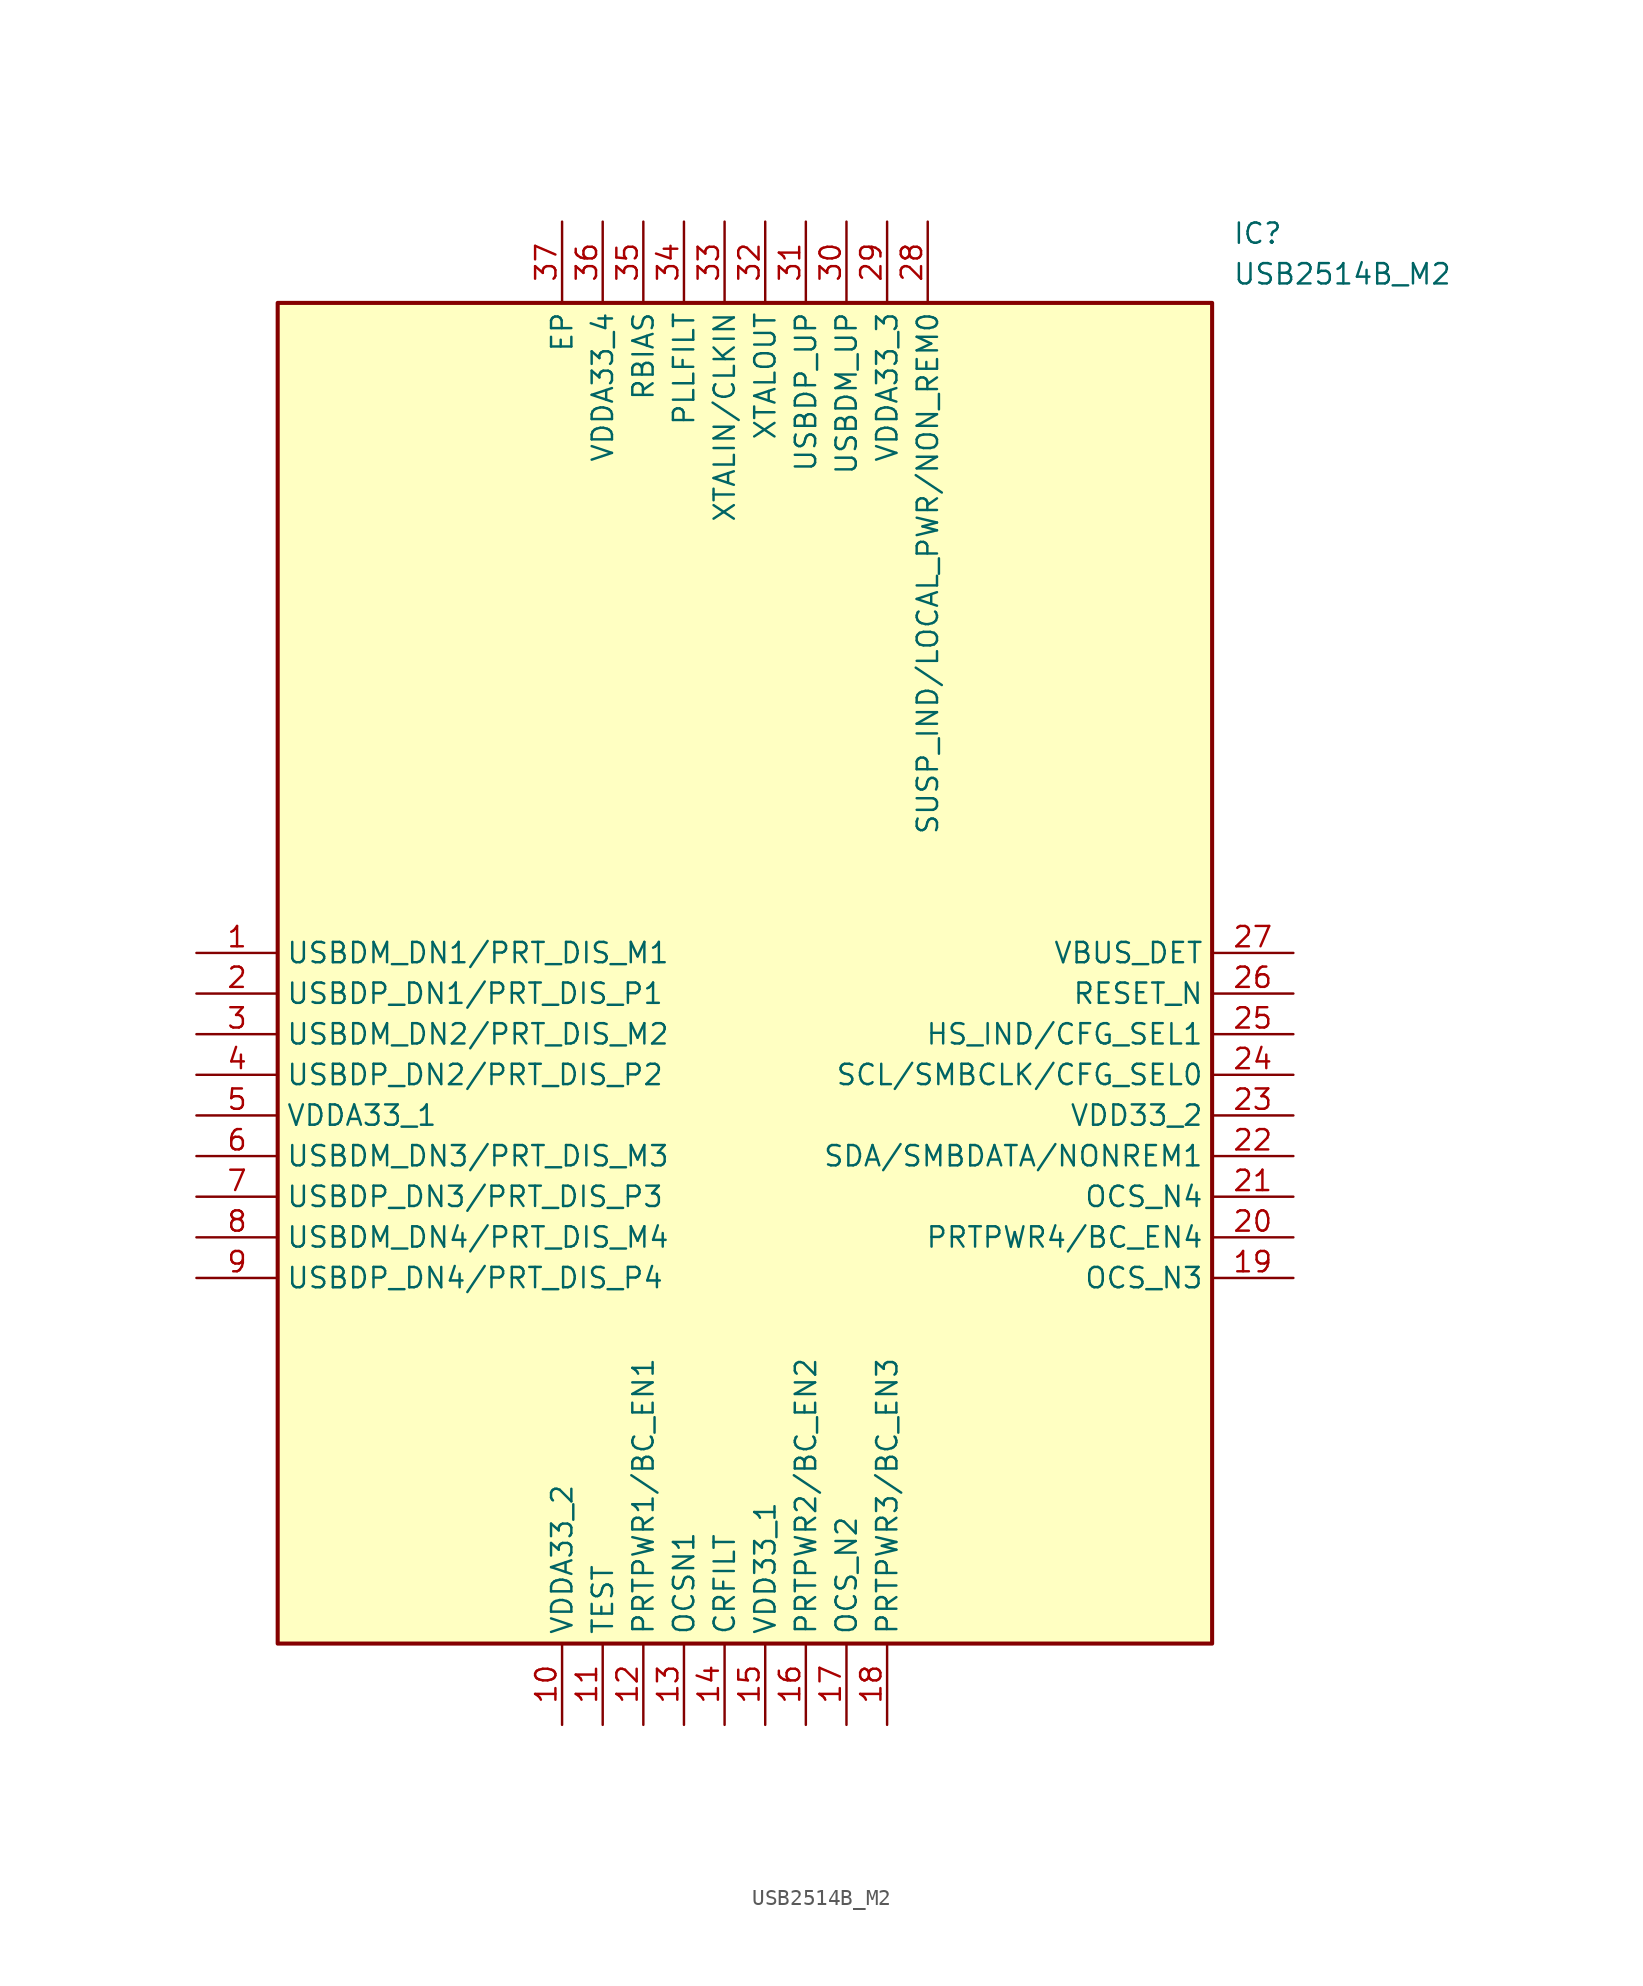
<source format=kicad_sym>
(kicad_symbol_lib
  (version 20211014)
  (generator SamacSys_ECAD_Model)
  (symbol "USB2514B_M2"
    (property "Reference" "IC"
      (at 64.77 45.72 0)
      (effects (font (size 1.27 1.27)) (justify left top)))
    (property "Value" "USB2514B_M2"
      (at 64.77 43.18 0)
      (effects (font (size 1.27 1.27)) (justify left top)))
    (rectangle
      (start 5.08 40.64)
      (end 63.5 -43.18)
      (stroke (width 0.254) (type default))
      (fill (type background)))
    (pin passive line
      (at 0 0 0)
      (length 5.08)
      (name "USBDM_DN1/PRT_DIS_M1" (effects (font (size 1.27 1.27))))
      (number "1" (effects (font (size 1.27 1.27)))))
    (pin passive line
      (at 0 -2.54 0)
      (length 5.08)
      (name "USBDP_DN1/PRT_DIS_P1" (effects (font (size 1.27 1.27))))
      (number "2" (effects (font (size 1.27 1.27)))))
    (pin passive line
      (at 0 -5.08 0)
      (length 5.08)
      (name "USBDM_DN2/PRT_DIS_M2" (effects (font (size 1.27 1.27))))
      (number "3" (effects (font (size 1.27 1.27)))))
    (pin passive line
      (at 0 -7.62 0)
      (length 5.08)
      (name "USBDP_DN2/PRT_DIS_P2" (effects (font (size 1.27 1.27))))
      (number "4" (effects (font (size 1.27 1.27)))))
    (pin passive line
      (at 0 -10.16 0)
      (length 5.08)
      (name "VDDA33_1" (effects (font (size 1.27 1.27))))
      (number "5" (effects (font (size 1.27 1.27)))))
    (pin passive line
      (at 0 -12.7 0)
      (length 5.08)
      (name "USBDM_DN3/PRT_DIS_M3" (effects (font (size 1.27 1.27))))
      (number "6" (effects (font (size 1.27 1.27)))))
    (pin passive line
      (at 0 -15.24 0)
      (length 5.08)
      (name "USBDP_DN3/PRT_DIS_P3" (effects (font (size 1.27 1.27))))
      (number "7" (effects (font (size 1.27 1.27)))))
    (pin passive line
      (at 0 -17.78 0)
      (length 5.08)
      (name "USBDM_DN4/PRT_DIS_M4" (effects (font (size 1.27 1.27))))
      (number "8" (effects (font (size 1.27 1.27)))))
    (pin passive line
      (at 0 -20.32 0)
      (length 5.08)
      (name "USBDP_DN4/PRT_DIS_P4" (effects (font (size 1.27 1.27))))
      (number "9" (effects (font (size 1.27 1.27)))))
    (pin passive line
      (at 22.86 -48.26 90)
      (length 5.08)
      (name "VDDA33_2" (effects (font (size 1.27 1.27))))
      (number "10" (effects (font (size 1.27 1.27)))))
    (pin passive line
      (at 25.4 -48.26 90)
      (length 5.08)
      (name "TEST" (effects (font (size 1.27 1.27))))
      (number "11" (effects (font (size 1.27 1.27)))))
    (pin passive line
      (at 27.94 -48.26 90)
      (length 5.08)
      (name "PRTPWR1/BC_EN1" (effects (font (size 1.27 1.27))))
      (number "12" (effects (font (size 1.27 1.27)))))
    (pin passive line
      (at 30.48 -48.26 90)
      (length 5.08)
      (name "OCSN1" (effects (font (size 1.27 1.27))))
      (number "13" (effects (font (size 1.27 1.27)))))
    (pin passive line
      (at 33.02 -48.26 90)
      (length 5.08)
      (name "CRFILT" (effects (font (size 1.27 1.27))))
      (number "14" (effects (font (size 1.27 1.27)))))
    (pin passive line
      (at 35.56 -48.26 90)
      (length 5.08)
      (name "VDD33_1" (effects (font (size 1.27 1.27))))
      (number "15" (effects (font (size 1.27 1.27)))))
    (pin passive line
      (at 38.1 -48.26 90)
      (length 5.08)
      (name "PRTPWR2/BC_EN2" (effects (font (size 1.27 1.27))))
      (number "16" (effects (font (size 1.27 1.27)))))
    (pin passive line
      (at 40.64 -48.26 90)
      (length 5.08)
      (name "OCS_N2" (effects (font (size 1.27 1.27))))
      (number "17" (effects (font (size 1.27 1.27)))))
    (pin passive line
      (at 43.18 -48.26 90)
      (length 5.08)
      (name "PRTPWR3/BC_EN3" (effects (font (size 1.27 1.27))))
      (number "18" (effects (font (size 1.27 1.27)))))
    (pin passive line
      (at 68.58 0 180)
      (length 5.08)
      (name "VBUS_DET" (effects (font (size 1.27 1.27))))
      (number "27" (effects (font (size 1.27 1.27)))))
    (pin passive line
      (at 68.58 -2.54 180)
      (length 5.08)
      (name "RESET_N" (effects (font (size 1.27 1.27))))
      (number "26" (effects (font (size 1.27 1.27)))))
    (pin passive line
      (at 68.58 -5.08 180)
      (length 5.08)
      (name "HS_IND/CFG_SEL1" (effects (font (size 1.27 1.27))))
      (number "25" (effects (font (size 1.27 1.27)))))
    (pin passive line
      (at 68.58 -7.62 180)
      (length 5.08)
      (name "SCL/SMBCLK/CFG_SEL0" (effects (font (size 1.27 1.27))))
      (number "24" (effects (font (size 1.27 1.27)))))
    (pin passive line
      (at 68.58 -10.16 180)
      (length 5.08)
      (name "VDD33_2" (effects (font (size 1.27 1.27))))
      (number "23" (effects (font (size 1.27 1.27)))))
    (pin passive line
      (at 68.58 -12.7 180)
      (length 5.08)
      (name "SDA/SMBDATA/NONREM1" (effects (font (size 1.27 1.27))))
      (number "22" (effects (font (size 1.27 1.27)))))
    (pin passive line
      (at 68.58 -15.24 180)
      (length 5.08)
      (name "OCS_N4" (effects (font (size 1.27 1.27))))
      (number "21" (effects (font (size 1.27 1.27)))))
    (pin passive line
      (at 68.58 -17.78 180)
      (length 5.08)
      (name "PRTPWR4/BC_EN4" (effects (font (size 1.27 1.27))))
      (number "20" (effects (font (size 1.27 1.27)))))
    (pin passive line
      (at 68.58 -20.32 180)
      (length 5.08)
      (name "OCS_N3" (effects (font (size 1.27 1.27))))
      (number "19" (effects (font (size 1.27 1.27)))))
    (pin passive line
      (at 22.86 45.72 270)
      (length 5.08)
      (name "EP" (effects (font (size 1.27 1.27))))
      (number "37" (effects (font (size 1.27 1.27)))))
    (pin passive line
      (at 25.4 45.72 270)
      (length 5.08)
      (name "VDDA33_4" (effects (font (size 1.27 1.27))))
      (number "36" (effects (font (size 1.27 1.27)))))
    (pin passive line
      (at 27.94 45.72 270)
      (length 5.08)
      (name "RBIAS" (effects (font (size 1.27 1.27))))
      (number "35" (effects (font (size 1.27 1.27)))))
    (pin passive line
      (at 30.48 45.72 270)
      (length 5.08)
      (name "PLLFILT" (effects (font (size 1.27 1.27))))
      (number "34" (effects (font (size 1.27 1.27)))))
    (pin passive line
      (at 33.02 45.72 270)
      (length 5.08)
      (name "XTALIN/CLKIN" (effects (font (size 1.27 1.27))))
      (number "33" (effects (font (size 1.27 1.27)))))
    (pin passive line
      (at 35.56 45.72 270)
      (length 5.08)
      (name "XTALOUT" (effects (font (size 1.27 1.27))))
      (number "32" (effects (font (size 1.27 1.27)))))
    (pin passive line
      (at 38.1 45.72 270)
      (length 5.08)
      (name "USBDP_UP" (effects (font (size 1.27 1.27))))
      (number "31" (effects (font (size 1.27 1.27)))))
    (pin passive line
      (at 40.64 45.72 270)
      (length 5.08)
      (name "USBDM_UP" (effects (font (size 1.27 1.27))))
      (number "30" (effects (font (size 1.27 1.27)))))
    (pin passive line
      (at 43.18 45.72 270)
      (length 5.08)
      (name "VDDA33_3" (effects (font (size 1.27 1.27))))
      (number "29" (effects (font (size 1.27 1.27)))))
    (pin passive line
      (at 45.72 45.72 270)
      (length 5.08)
      (name "SUSP_IND/LOCAL_PWR/NON_REM0" (effects (font (size 1.27 1.27))))
      (number "28" (effects (font (size 1.27 1.27)))))))
</source>
